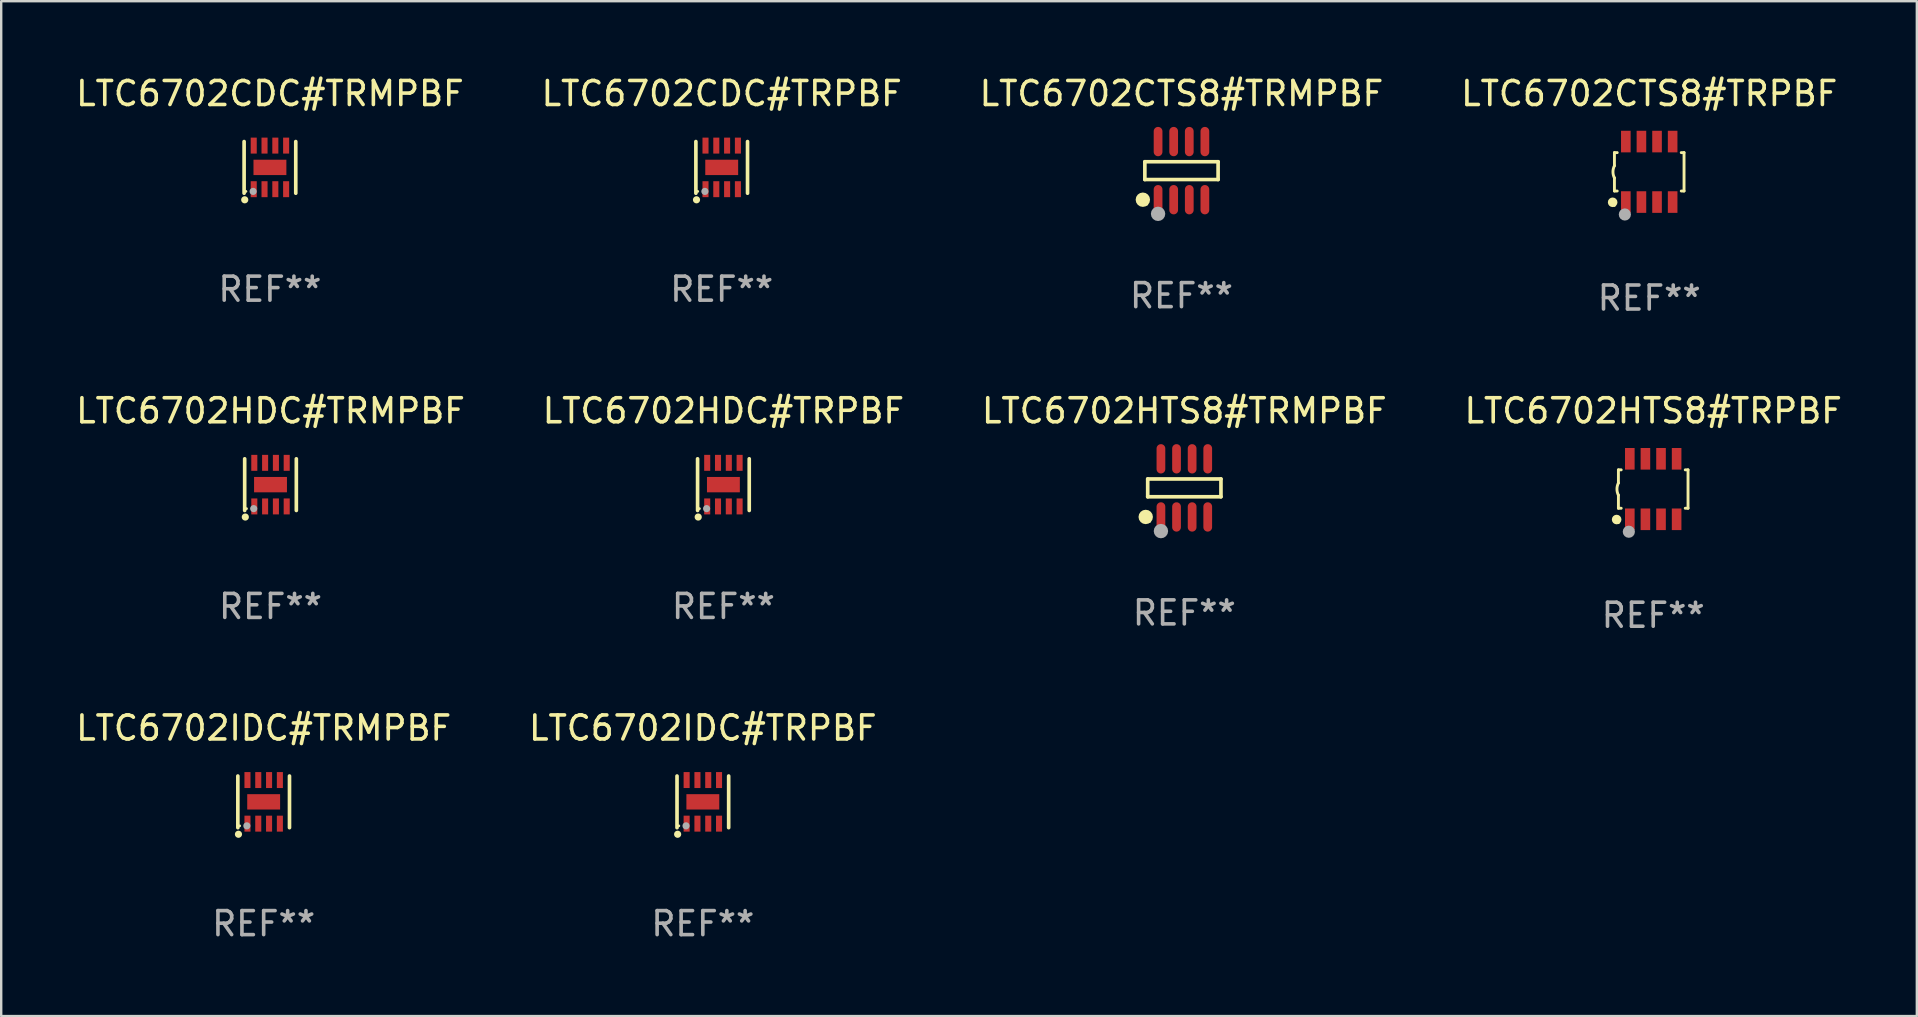
<source format=kicad_pcb>
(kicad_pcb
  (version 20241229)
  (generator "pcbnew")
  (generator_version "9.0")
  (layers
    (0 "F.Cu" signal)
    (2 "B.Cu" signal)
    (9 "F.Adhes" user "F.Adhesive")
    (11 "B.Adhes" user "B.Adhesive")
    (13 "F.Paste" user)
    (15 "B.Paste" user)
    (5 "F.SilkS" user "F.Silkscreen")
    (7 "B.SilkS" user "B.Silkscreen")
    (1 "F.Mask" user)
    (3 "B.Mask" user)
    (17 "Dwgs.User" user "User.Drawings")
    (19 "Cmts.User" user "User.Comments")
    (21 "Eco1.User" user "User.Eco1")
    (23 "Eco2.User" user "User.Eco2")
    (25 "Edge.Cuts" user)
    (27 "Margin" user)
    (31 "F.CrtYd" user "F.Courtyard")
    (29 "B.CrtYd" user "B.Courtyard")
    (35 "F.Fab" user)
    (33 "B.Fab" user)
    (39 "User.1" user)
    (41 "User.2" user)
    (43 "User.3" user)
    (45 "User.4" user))
  (footprint "LTC6702CDC#TRMPBF"
    (layer "F.Cu")
    (at 8.196 3.924)
    (property "Reference" "LTC6702CDC#TRMPBF" (at 0 -3.076 0) (layer "F.SilkS") (effects (font (size 1 1) (thickness 0.15))))
    (attr through_hole)
    (fp_line (start -1.076 1.076) (end -1.076 -1.076) (stroke (width 0.152) (type solid)) (layer "F.SilkS"))
    (fp_line (start 1.076 1.076) (end 1.076 -1.076) (stroke (width 0.152) (type solid)) (layer "F.SilkS"))
    (fp_circle (center -1.05 1.35) (end -0.975 1.35) (stroke (width 0.15) (type solid)) (fill no) (layer "F.SilkS"))
    (fp_circle (center -1 1) (end -0.97 1) (stroke (width 0.06) (type solid)) (fill no) (layer "F.SilkS"))
    (fp_circle (center -0.7 1) (end -0.625 1) (stroke (width 0.15) (type solid)) (fill no) (layer "F.Fab"))
    (fp_text user "REF**" (at 0 5.076 0) (layer "F.Fab") (effects (font (size 1 1) (thickness 0.15))))
    (pad "1" smd rect (at -0.675 0.908) (size 0.252 0.665) (layers "F.Cu" "F.Mask" "F.Paste"))
    (pad "2" smd rect (at -0.225 0.908) (size 0.252 0.665) (layers "F.Cu" "F.Mask" "F.Paste"))
    (pad "3" smd rect (at 0.225 0.908) (size 0.252 0.665) (layers "F.Cu" "F.Mask" "F.Paste"))
    (pad "4" smd rect (at 0.675 0.908) (size 0.252 0.665) (layers "F.Cu" "F.Mask" "F.Paste"))
    (pad "5" smd rect (at 0.675 -0.908) (size 0.252 0.665) (layers "F.Cu" "F.Mask" "F.Paste"))
    (pad "6" smd rect (at 0.225 -0.908) (size 0.252 0.665) (layers "F.Cu" "F.Mask" "F.Paste"))
    (pad "7" smd rect (at -0.225 -0.908) (size 0.252 0.665) (layers "F.Cu" "F.Mask" "F.Paste"))
    (pad "8" smd rect (at -0.675 -0.908) (size 0.252 0.665) (layers "F.Cu" "F.Mask" "F.Paste"))
    (pad "9" smd rect (at 0 0) (size 1.37 0.64) (layers "F.Cu" "F.Mask" "F.Paste")))
  (footprint "LTC6702IDC#TRMPBF"
    (layer "F.Cu")
    (at 7.935 30.357)
    (property "Reference" "LTC6702IDC#TRMPBF" (at 0 -3.076 0) (layer "F.SilkS") (effects (font (size 1 1) (thickness 0.15))))
    (attr through_hole)
    (fp_line (start -1.076 1.076) (end -1.076 -1.076) (stroke (width 0.152) (type solid)) (layer "F.SilkS"))
    (fp_line (start 1.076 1.076) (end 1.076 -1.076) (stroke (width 0.152) (type solid)) (layer "F.SilkS"))
    (fp_circle (center -1.05 1.35) (end -0.975 1.35) (stroke (width 0.15) (type solid)) (fill no) (layer "F.SilkS"))
    (fp_circle (center -1 1) (end -0.97 1) (stroke (width 0.06) (type solid)) (fill no) (layer "F.SilkS"))
    (fp_circle (center -0.7 1) (end -0.625 1) (stroke (width 0.15) (type solid)) (fill no) (layer "F.Fab"))
    (fp_text user "REF**" (at 0 5.076 0) (layer "F.Fab") (effects (font (size 1 1) (thickness 0.15))))
    (pad "1" smd rect (at -0.675 0.908) (size 0.252 0.665) (layers "F.Cu" "F.Mask" "F.Paste"))
    (pad "2" smd rect (at -0.225 0.908) (size 0.252 0.665) (layers "F.Cu" "F.Mask" "F.Paste"))
    (pad "3" smd rect (at 0.225 0.908) (size 0.252 0.665) (layers "F.Cu" "F.Mask" "F.Paste"))
    (pad "4" smd rect (at 0.675 0.908) (size 0.252 0.665) (layers "F.Cu" "F.Mask" "F.Paste"))
    (pad "5" smd rect (at 0.675 -0.908) (size 0.252 0.665) (layers "F.Cu" "F.Mask" "F.Paste"))
    (pad "6" smd rect (at 0.225 -0.908) (size 0.252 0.665) (layers "F.Cu" "F.Mask" "F.Paste"))
    (pad "7" smd rect (at -0.225 -0.908) (size 0.252 0.665) (layers "F.Cu" "F.Mask" "F.Paste"))
    (pad "8" smd rect (at -0.675 -0.908) (size 0.252 0.665) (layers "F.Cu" "F.Mask" "F.Paste"))
    (pad "9" smd rect (at 0 0) (size 1.37 0.64) (layers "F.Cu" "F.Mask" "F.Paste")))
  (footprint "LTC6702IDC#TRPBF"
    (layer "F.Cu")
    (at 26.232 30.357)
    (property "Reference" "LTC6702IDC#TRPBF" (at 0 -3.076 0) (layer "F.SilkS") (effects (font (size 1 1) (thickness 0.15))))
    (attr through_hole)
    (fp_line (start -1.076 1.076) (end -1.076 -1.076) (stroke (width 0.152) (type solid)) (layer "F.SilkS"))
    (fp_line (start 1.076 1.076) (end 1.076 -1.076) (stroke (width 0.152) (type solid)) (layer "F.SilkS"))
    (fp_circle (center -1.05 1.35) (end -0.975 1.35) (stroke (width 0.15) (type solid)) (fill no) (layer "F.SilkS"))
    (fp_circle (center -1 1) (end -0.97 1) (stroke (width 0.06) (type solid)) (fill no) (layer "F.SilkS"))
    (fp_circle (center -0.7 1) (end -0.625 1) (stroke (width 0.15) (type solid)) (fill no) (layer "F.Fab"))
    (fp_text user "REF**" (at 0 5.076 0) (layer "F.Fab") (effects (font (size 1 1) (thickness 0.15))))
    (pad "1" smd rect (at -0.675 0.908) (size 0.252 0.665) (layers "F.Cu" "F.Mask" "F.Paste"))
    (pad "2" smd rect (at -0.225 0.908) (size 0.252 0.665) (layers "F.Cu" "F.Mask" "F.Paste"))
    (pad "3" smd rect (at 0.225 0.908) (size 0.252 0.665) (layers "F.Cu" "F.Mask" "F.Paste"))
    (pad "4" smd rect (at 0.675 0.908) (size 0.252 0.665) (layers "F.Cu" "F.Mask" "F.Paste"))
    (pad "5" smd rect (at 0.675 -0.908) (size 0.252 0.665) (layers "F.Cu" "F.Mask" "F.Paste"))
    (pad "6" smd rect (at 0.225 -0.908) (size 0.252 0.665) (layers "F.Cu" "F.Mask" "F.Paste"))
    (pad "7" smd rect (at -0.225 -0.908) (size 0.252 0.665) (layers "F.Cu" "F.Mask" "F.Paste"))
    (pad "8" smd rect (at -0.675 -0.908) (size 0.252 0.665) (layers "F.Cu" "F.Mask" "F.Paste"))
    (pad "9" smd rect (at 0 0) (size 1.37 0.64) (layers "F.Cu" "F.Mask" "F.Paste")))
  (footprint "LTC6702HTS8#TRPBF"
    (layer "F.Cu")
    (at 65.827 17.325)
    (property "Reference" "LTC6702HTS8#TRPBF" (at 0 -3.26 0) (layer "F.SilkS") (effects (font (size 1 1) (thickness 0.15))))
    (attr through_hole)
    (fp_line (start -1.45 -0.8) (end -1.45 -0.254) (stroke (width 0.12) (type solid)) (layer "F.SilkS"))
    (fp_line (start -1.45 -0.8) (end -1.334 -0.8) (stroke (width 0.12) (type solid)) (layer "F.SilkS"))
    (fp_line (start -1.45 0.8) (end -1.45 0.254) (stroke (width 0.12) (type solid)) (layer "F.SilkS"))
    (fp_line (start -1.45 0.8) (end -1.334 0.8) (stroke (width 0.12) (type solid)) (layer "F.SilkS"))
    (fp_line (start 1.334 -0.8) (end 1.45 -0.8) (stroke (width 0.12) (type solid)) (layer "F.SilkS"))
    (fp_line (start 1.334 0.8) (end 1.45 0.8) (stroke (width 0.12) (type solid)) (layer "F.SilkS"))
    (fp_line (start 1.45 0.8) (end 1.45 -0.8) (stroke (width 0.12) (type solid)) (layer "F.SilkS"))
    (fp_arc (start -1.45075 0.255144) (mid -1.510605 0.000434) (end -1.450013 -0.254102) (stroke (width 0.11999) (type solid)) (layer "F.SilkS"))
    (fp_circle (center -1.524 1.27) (end -1.424 1.27) (stroke (width 0.2) (type solid)) (fill no) (layer "F.SilkS"))
    (fp_circle (center -1.45 1.4) (end -1.42 1.4) (stroke (width 0.06) (type solid)) (fill no) (layer "F.SilkS"))
    (fp_circle (center -1.016 1.778) (end -0.889 1.778) (stroke (width 0.254) (type solid)) (fill no) (layer "F.Fab"))
    (fp_text user "REF**" (at 0 5.26 0) (layer "F.Fab") (effects (font (size 1 1) (thickness 0.15))))
    (pad "1" smd rect (at -0.975 1.26) (size 0.4 0.9) (layers "F.Cu" "F.Mask" "F.Paste"))
    (pad "2" smd rect (at -0.325 1.26) (size 0.4 0.9) (layers "F.Cu" "F.Mask" "F.Paste"))
    (pad "3" smd rect (at 0.325 1.26) (size 0.4 0.9) (layers "F.Cu" "F.Mask" "F.Paste"))
    (pad "4" smd rect (at 0.975 1.26) (size 0.4 0.9) (layers "F.Cu" "F.Mask" "F.Paste"))
    (pad "5" smd rect (at 0.975 -1.26) (size 0.4 0.9) (layers "F.Cu" "F.Mask" "F.Paste"))
    (pad "6" smd rect (at 0.325 -1.26) (size 0.4 0.9) (layers "F.Cu" "F.Mask" "F.Paste"))
    (pad "7" smd rect (at -0.325 -1.26) (size 0.4 0.9) (layers "F.Cu" "F.Mask" "F.Paste"))
    (pad "8" smd rect (at -0.975 -1.26) (size 0.4 0.9) (layers "F.Cu" "F.Mask" "F.Paste")))
  (footprint "LTC6702CTS8#TRMPBF"
    (layer "F.Cu")
    (at 46.173 4.059)
    (property "Reference" "LTC6702CTS8#TRMPBF" (at 0 -3.211 0) (layer "F.SilkS") (effects (font (size 1 1) (thickness 0.15))))
    (attr through_hole)
    (fp_line (start -1.526 -0.371) (end 1.526 -0.371) (stroke (width 0.152) (type solid)) (layer "F.SilkS"))
    (fp_line (start -1.526 0.371) (end -1.526 -0.371) (stroke (width 0.152) (type solid)) (layer "F.SilkS"))
    (fp_line (start 1.526 -0.371) (end 1.526 0.371) (stroke (width 0.152) (type solid)) (layer "F.SilkS"))
    (fp_line (start 1.526 0.371) (end -1.526 0.371) (stroke (width 0.152) (type solid)) (layer "F.SilkS"))
    (fp_circle (center -1.609 1.211) (end -1.459 1.211) (stroke (width 0.3) (type solid)) (fill no) (layer "F.SilkS"))
    (fp_circle (center -1.45 1.4) (end -1.42 1.4) (stroke (width 0.06) (type solid)) (fill no) (layer "F.SilkS"))
    (fp_circle (center -0.975 1.8) (end -0.825 1.8) (stroke (width 0.3) (type solid)) (fill no) (layer "F.Fab"))
    (fp_text user "REF**" (at 0 5.211 0) (layer "F.Fab") (effects (font (size 1 1) (thickness 0.15))))
    (pad "1" smd oval (at -0.975 1.211) (size 0.364 1.222) (layers "F.Cu" "F.Mask" "F.Paste"))
    (pad "2" smd oval (at -0.325 1.211) (size 0.364 1.222) (layers "F.Cu" "F.Mask" "F.Paste"))
    (pad "3" smd oval (at 0.325 1.211) (size 0.364 1.222) (layers "F.Cu" "F.Mask" "F.Paste"))
    (pad "4" smd oval (at 0.975 1.211) (size 0.364 1.222) (layers "F.Cu" "F.Mask" "F.Paste"))
    (pad "5" smd oval (at 0.975 -1.211) (size 0.364 1.222) (layers "F.Cu" "F.Mask" "F.Paste"))
    (pad "6" smd oval (at 0.325 -1.211) (size 0.364 1.222) (layers "F.Cu" "F.Mask" "F.Paste"))
    (pad "7" smd oval (at -0.325 -1.211) (size 0.364 1.222) (layers "F.Cu" "F.Mask" "F.Paste"))
    (pad "8" smd oval (at -0.975 -1.211) (size 0.364 1.222) (layers "F.Cu" "F.Mask" "F.Paste")))
  (footprint "LTC6702HDC#TRMPBF"
    (layer "F.Cu")
    (at 8.22 17.141)
    (property "Reference" "LTC6702HDC#TRMPBF" (at 0 -3.076 0) (layer "F.SilkS") (effects (font (size 1 1) (thickness 0.15))))
    (attr through_hole)
    (fp_line (start -1.076 1.076) (end -1.076 -1.076) (stroke (width 0.152) (type solid)) (layer "F.SilkS"))
    (fp_line (start 1.076 1.076) (end 1.076 -1.076) (stroke (width 0.152) (type solid)) (layer "F.SilkS"))
    (fp_circle (center -1.05 1.35) (end -0.975 1.35) (stroke (width 0.15) (type solid)) (fill no) (layer "F.SilkS"))
    (fp_circle (center -1 1) (end -0.97 1) (stroke (width 0.06) (type solid)) (fill no) (layer "F.SilkS"))
    (fp_circle (center -0.7 1) (end -0.625 1) (stroke (width 0.15) (type solid)) (fill no) (layer "F.Fab"))
    (fp_text user "REF**" (at 0 5.076 0) (layer "F.Fab") (effects (font (size 1 1) (thickness 0.15))))
    (pad "1" smd rect (at -0.675 0.908) (size 0.252 0.665) (layers "F.Cu" "F.Mask" "F.Paste"))
    (pad "2" smd rect (at -0.225 0.908) (size 0.252 0.665) (layers "F.Cu" "F.Mask" "F.Paste"))
    (pad "3" smd rect (at 0.225 0.908) (size 0.252 0.665) (layers "F.Cu" "F.Mask" "F.Paste"))
    (pad "4" smd rect (at 0.675 0.908) (size 0.252 0.665) (layers "F.Cu" "F.Mask" "F.Paste"))
    (pad "5" smd rect (at 0.675 -0.908) (size 0.252 0.665) (layers "F.Cu" "F.Mask" "F.Paste"))
    (pad "6" smd rect (at 0.225 -0.908) (size 0.252 0.665) (layers "F.Cu" "F.Mask" "F.Paste"))
    (pad "7" smd rect (at -0.225 -0.908) (size 0.252 0.665) (layers "F.Cu" "F.Mask" "F.Paste"))
    (pad "8" smd rect (at -0.675 -0.908) (size 0.252 0.665) (layers "F.Cu" "F.Mask" "F.Paste"))
    (pad "9" smd rect (at 0 0) (size 1.37 0.64) (layers "F.Cu" "F.Mask" "F.Paste")))
  (footprint "LTC6702CTS8#TRPBF"
    (layer "F.Cu")
    (at 65.661 4.108)
    (property "Reference" "LTC6702CTS8#TRPBF" (at 0 -3.26 0) (layer "F.SilkS") (effects (font (size 1 1) (thickness 0.15))))
    (attr through_hole)
    (fp_line (start -1.45 -0.8) (end -1.45 -0.254) (stroke (width 0.12) (type solid)) (layer "F.SilkS"))
    (fp_line (start -1.45 -0.8) (end -1.334 -0.8) (stroke (width 0.12) (type solid)) (layer "F.SilkS"))
    (fp_line (start -1.45 0.8) (end -1.45 0.254) (stroke (width 0.12) (type solid)) (layer "F.SilkS"))
    (fp_line (start -1.45 0.8) (end -1.334 0.8) (stroke (width 0.12) (type solid)) (layer "F.SilkS"))
    (fp_line (start 1.334 -0.8) (end 1.45 -0.8) (stroke (width 0.12) (type solid)) (layer "F.SilkS"))
    (fp_line (start 1.334 0.8) (end 1.45 0.8) (stroke (width 0.12) (type solid)) (layer "F.SilkS"))
    (fp_line (start 1.45 0.8) (end 1.45 -0.8) (stroke (width 0.12) (type solid)) (layer "F.SilkS"))
    (fp_arc (start -1.45075 0.255144) (mid -1.510605 0.000434) (end -1.450013 -0.254102) (stroke (width 0.11999) (type solid)) (layer "F.SilkS"))
    (fp_circle (center -1.524 1.27) (end -1.424 1.27) (stroke (width 0.2) (type solid)) (fill no) (layer "F.SilkS"))
    (fp_circle (center -1.45 1.4) (end -1.42 1.4) (stroke (width 0.06) (type solid)) (fill no) (layer "F.SilkS"))
    (fp_circle (center -1.016 1.778) (end -0.889 1.778) (stroke (width 0.254) (type solid)) (fill no) (layer "F.Fab"))
    (fp_text user "REF**" (at 0 5.26 0) (layer "F.Fab") (effects (font (size 1 1) (thickness 0.15))))
    (pad "1" smd rect (at -0.975 1.26) (size 0.4 0.9) (layers "F.Cu" "F.Mask" "F.Paste"))
    (pad "2" smd rect (at -0.325 1.26) (size 0.4 0.9) (layers "F.Cu" "F.Mask" "F.Paste"))
    (pad "3" smd rect (at 0.325 1.26) (size 0.4 0.9) (layers "F.Cu" "F.Mask" "F.Paste"))
    (pad "4" smd rect (at 0.975 1.26) (size 0.4 0.9) (layers "F.Cu" "F.Mask" "F.Paste"))
    (pad "5" smd rect (at 0.975 -1.26) (size 0.4 0.9) (layers "F.Cu" "F.Mask" "F.Paste"))
    (pad "6" smd rect (at 0.325 -1.26) (size 0.4 0.9) (layers "F.Cu" "F.Mask" "F.Paste"))
    (pad "7" smd rect (at -0.325 -1.26) (size 0.4 0.9) (layers "F.Cu" "F.Mask" "F.Paste"))
    (pad "8" smd rect (at -0.975 -1.26) (size 0.4 0.9) (layers "F.Cu" "F.Mask" "F.Paste")))
  (footprint "LTC6702HTS8#TRMPBF"
    (layer "F.Cu")
    (at 46.292 17.276)
    (property "Reference" "LTC6702HTS8#TRMPBF" (at 0 -3.211 0) (layer "F.SilkS") (effects (font (size 1 1) (thickness 0.15))))
    (attr through_hole)
    (fp_line (start -1.526 -0.371) (end 1.526 -0.371) (stroke (width 0.152) (type solid)) (layer "F.SilkS"))
    (fp_line (start -1.526 0.371) (end -1.526 -0.371) (stroke (width 0.152) (type solid)) (layer "F.SilkS"))
    (fp_line (start 1.526 -0.371) (end 1.526 0.371) (stroke (width 0.152) (type solid)) (layer "F.SilkS"))
    (fp_line (start 1.526 0.371) (end -1.526 0.371) (stroke (width 0.152) (type solid)) (layer "F.SilkS"))
    (fp_circle (center -1.609 1.211) (end -1.459 1.211) (stroke (width 0.3) (type solid)) (fill no) (layer "F.SilkS"))
    (fp_circle (center -1.45 1.4) (end -1.42 1.4) (stroke (width 0.06) (type solid)) (fill no) (layer "F.SilkS"))
    (fp_circle (center -0.975 1.8) (end -0.825 1.8) (stroke (width 0.3) (type solid)) (fill no) (layer "F.Fab"))
    (fp_text user "REF**" (at 0 5.211 0) (layer "F.Fab") (effects (font (size 1 1) (thickness 0.15))))
    (pad "1" smd oval (at -0.975 1.211) (size 0.364 1.222) (layers "F.Cu" "F.Mask" "F.Paste"))
    (pad "2" smd oval (at -0.325 1.211) (size 0.364 1.222) (layers "F.Cu" "F.Mask" "F.Paste"))
    (pad "3" smd oval (at 0.325 1.211) (size 0.364 1.222) (layers "F.Cu" "F.Mask" "F.Paste"))
    (pad "4" smd oval (at 0.975 1.211) (size 0.364 1.222) (layers "F.Cu" "F.Mask" "F.Paste"))
    (pad "5" smd oval (at 0.975 -1.211) (size 0.364 1.222) (layers "F.Cu" "F.Mask" "F.Paste"))
    (pad "6" smd oval (at 0.325 -1.211) (size 0.364 1.222) (layers "F.Cu" "F.Mask" "F.Paste"))
    (pad "7" smd oval (at -0.325 -1.211) (size 0.364 1.222) (layers "F.Cu" "F.Mask" "F.Paste"))
    (pad "8" smd oval (at -0.975 -1.211) (size 0.364 1.222) (layers "F.Cu" "F.Mask" "F.Paste")))
  (footprint "LTC6702CDC#TRPBF"
    (layer "F.Cu")
    (at 27.018 3.924)
    (property "Reference" "LTC6702CDC#TRPBF" (at 0 -3.076 0) (layer "F.SilkS") (effects (font (size 1 1) (thickness 0.15))))
    (attr through_hole)
    (fp_line (start -1.076 1.076) (end -1.076 -1.076) (stroke (width 0.152) (type solid)) (layer "F.SilkS"))
    (fp_line (start 1.076 1.076) (end 1.076 -1.076) (stroke (width 0.152) (type solid)) (layer "F.SilkS"))
    (fp_circle (center -1.05 1.35) (end -0.975 1.35) (stroke (width 0.15) (type solid)) (fill no) (layer "F.SilkS"))
    (fp_circle (center -1 1) (end -0.97 1) (stroke (width 0.06) (type solid)) (fill no) (layer "F.SilkS"))
    (fp_circle (center -0.7 1) (end -0.625 1) (stroke (width 0.15) (type solid)) (fill no) (layer "F.Fab"))
    (fp_text user "REF**" (at 0 5.076 0) (layer "F.Fab") (effects (font (size 1 1) (thickness 0.15))))
    (pad "1" smd rect (at -0.675 0.908) (size 0.252 0.665) (layers "F.Cu" "F.Mask" "F.Paste"))
    (pad "2" smd rect (at -0.225 0.908) (size 0.252 0.665) (layers "F.Cu" "F.Mask" "F.Paste"))
    (pad "3" smd rect (at 0.225 0.908) (size 0.252 0.665) (layers "F.Cu" "F.Mask" "F.Paste"))
    (pad "4" smd rect (at 0.675 0.908) (size 0.252 0.665) (layers "F.Cu" "F.Mask" "F.Paste"))
    (pad "5" smd rect (at 0.675 -0.908) (size 0.252 0.665) (layers "F.Cu" "F.Mask" "F.Paste"))
    (pad "6" smd rect (at 0.225 -0.908) (size 0.252 0.665) (layers "F.Cu" "F.Mask" "F.Paste"))
    (pad "7" smd rect (at -0.225 -0.908) (size 0.252 0.665) (layers "F.Cu" "F.Mask" "F.Paste"))
    (pad "8" smd rect (at -0.675 -0.908) (size 0.252 0.665) (layers "F.Cu" "F.Mask" "F.Paste"))
    (pad "9" smd rect (at 0 0) (size 1.37 0.64) (layers "F.Cu" "F.Mask" "F.Paste")))
  (footprint "LTC6702HDC#TRPBF"
    (layer "F.Cu")
    (at 27.089 17.141)
    (property "Reference" "LTC6702HDC#TRPBF" (at 0 -3.076 0) (layer "F.SilkS") (effects (font (size 1 1) (thickness 0.15))))
    (attr through_hole)
    (fp_line (start -1.076 1.076) (end -1.076 -1.076) (stroke (width 0.152) (type solid)) (layer "F.SilkS"))
    (fp_line (start 1.076 1.076) (end 1.076 -1.076) (stroke (width 0.152) (type solid)) (layer "F.SilkS"))
    (fp_circle (center -1.05 1.35) (end -0.975 1.35) (stroke (width 0.15) (type solid)) (fill no) (layer "F.SilkS"))
    (fp_circle (center -1 1) (end -0.97 1) (stroke (width 0.06) (type solid)) (fill no) (layer "F.SilkS"))
    (fp_circle (center -0.7 1) (end -0.625 1) (stroke (width 0.15) (type solid)) (fill no) (layer "F.Fab"))
    (fp_text user "REF**" (at 0 5.076 0) (layer "F.Fab") (effects (font (size 1 1) (thickness 0.15))))
    (pad "1" smd rect (at -0.675 0.908) (size 0.252 0.665) (layers "F.Cu" "F.Mask" "F.Paste"))
    (pad "2" smd rect (at -0.225 0.908) (size 0.252 0.665) (layers "F.Cu" "F.Mask" "F.Paste"))
    (pad "3" smd rect (at 0.225 0.908) (size 0.252 0.665) (layers "F.Cu" "F.Mask" "F.Paste"))
    (pad "4" smd rect (at 0.675 0.908) (size 0.252 0.665) (layers "F.Cu" "F.Mask" "F.Paste"))
    (pad "5" smd rect (at 0.675 -0.908) (size 0.252 0.665) (layers "F.Cu" "F.Mask" "F.Paste"))
    (pad "6" smd rect (at 0.225 -0.908) (size 0.252 0.665) (layers "F.Cu" "F.Mask" "F.Paste"))
    (pad "7" smd rect (at -0.225 -0.908) (size 0.252 0.665) (layers "F.Cu" "F.Mask" "F.Paste"))
    (pad "8" smd rect (at -0.675 -0.908) (size 0.252 0.665) (layers "F.Cu" "F.Mask" "F.Paste"))
    (pad "9" smd rect (at 0 0) (size 1.37 0.64) (layers "F.Cu" "F.Mask" "F.Paste")))
  (gr_rect
    (start -3 -3)
    (end 76.81 39.282)
    (stroke (width 0.1) (type default))
    (fill no)
    (layer "Edge.Cuts")))
</source>
